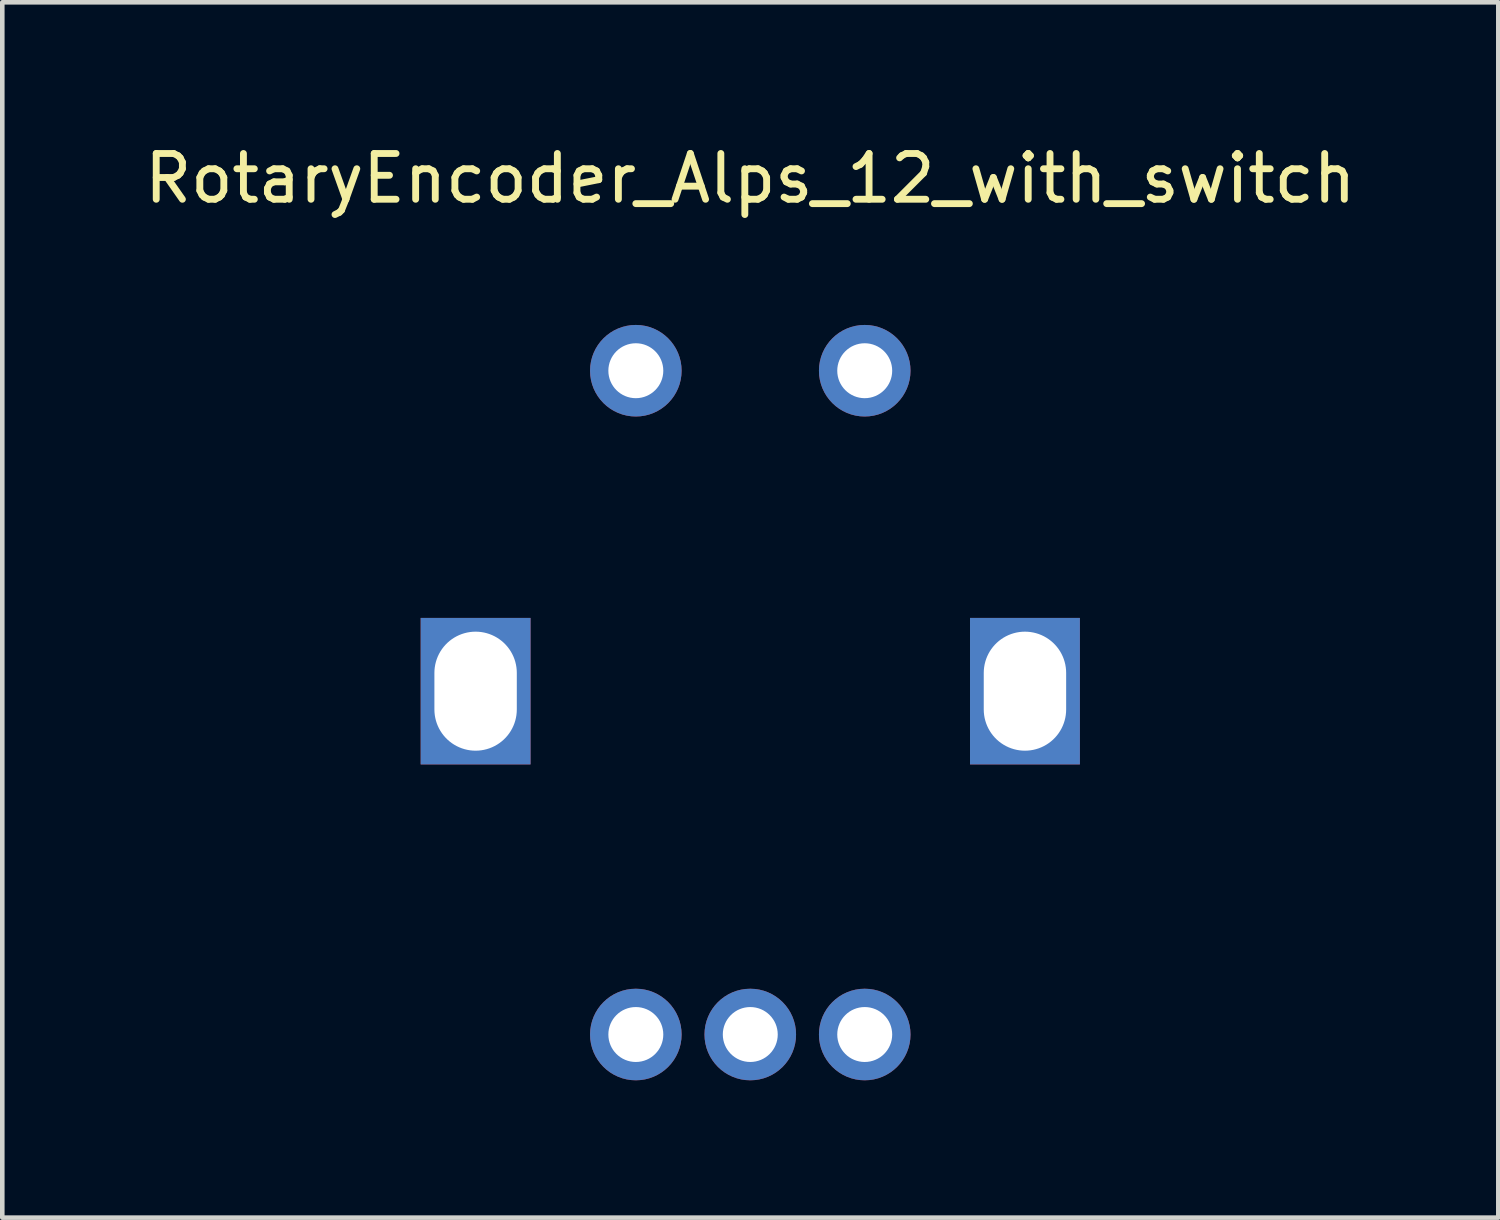
<source format=kicad_pcb>
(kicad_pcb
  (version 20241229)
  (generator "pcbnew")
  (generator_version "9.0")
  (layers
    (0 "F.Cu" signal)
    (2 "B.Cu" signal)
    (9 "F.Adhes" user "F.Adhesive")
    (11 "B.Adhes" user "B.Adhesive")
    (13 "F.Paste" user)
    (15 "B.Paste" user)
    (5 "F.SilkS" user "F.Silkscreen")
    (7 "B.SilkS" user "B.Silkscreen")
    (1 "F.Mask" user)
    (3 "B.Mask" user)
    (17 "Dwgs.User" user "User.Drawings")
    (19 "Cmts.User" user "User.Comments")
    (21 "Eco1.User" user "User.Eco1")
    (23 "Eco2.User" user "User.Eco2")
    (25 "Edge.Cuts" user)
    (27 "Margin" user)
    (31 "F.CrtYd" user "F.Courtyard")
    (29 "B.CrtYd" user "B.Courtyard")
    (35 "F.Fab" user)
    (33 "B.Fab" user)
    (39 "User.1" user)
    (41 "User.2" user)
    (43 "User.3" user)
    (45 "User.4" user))
  (footprint "RotaryEncoder_Alps_12_with_switch"
    (layer "F.Cu")
    (at 13.339 12.048)
    (property "Reference" "RotaryEncoder_Alps_12_with_switch" (at 0 -11.2 0) (unlocked yes) (layer "F.SilkS") (effects (font (size 1 1) (thickness 0.15))))
    (attr through_hole)
    (pad "" thru_hole rect (at -6 0) (size 2.4 3.2) (drill oval 1.8 2.6) (layers "*.Cu" "*.Mask"))
    (pad "" thru_hole rect (at 6 0) (size 2.4 3.2) (drill oval 1.8 2.6) (layers "*.Cu" "*.Mask"))
    (pad "A" thru_hole circle (at -2.5 7.5) (size 2 2) (drill 1.2) (layers "*.Cu" "*.Mask"))
    (pad "B" thru_hole circle (at 2.5 7.5) (size 2 2) (drill 1.2) (layers "*.Cu" "*.Mask"))
    (pad "C" thru_hole circle (at 0 7.5) (size 2 2) (drill 1.2) (layers "*.Cu" "*.Mask"))
    (pad "S1" thru_hole circle (at -2.5 -7) (size 2 2) (drill 1.2) (layers "*.Cu" "*.Mask"))
    (pad "S2" thru_hole circle (at 2.5 -7) (size 2 2) (drill 1.2) (layers "*.Cu" "*.Mask")))
  (gr_rect
    (start -3 -3)
    (end 29.679 23.548)
    (stroke (width 0.1) (type default))
    (fill no)
    (layer "Edge.Cuts")))
</source>
